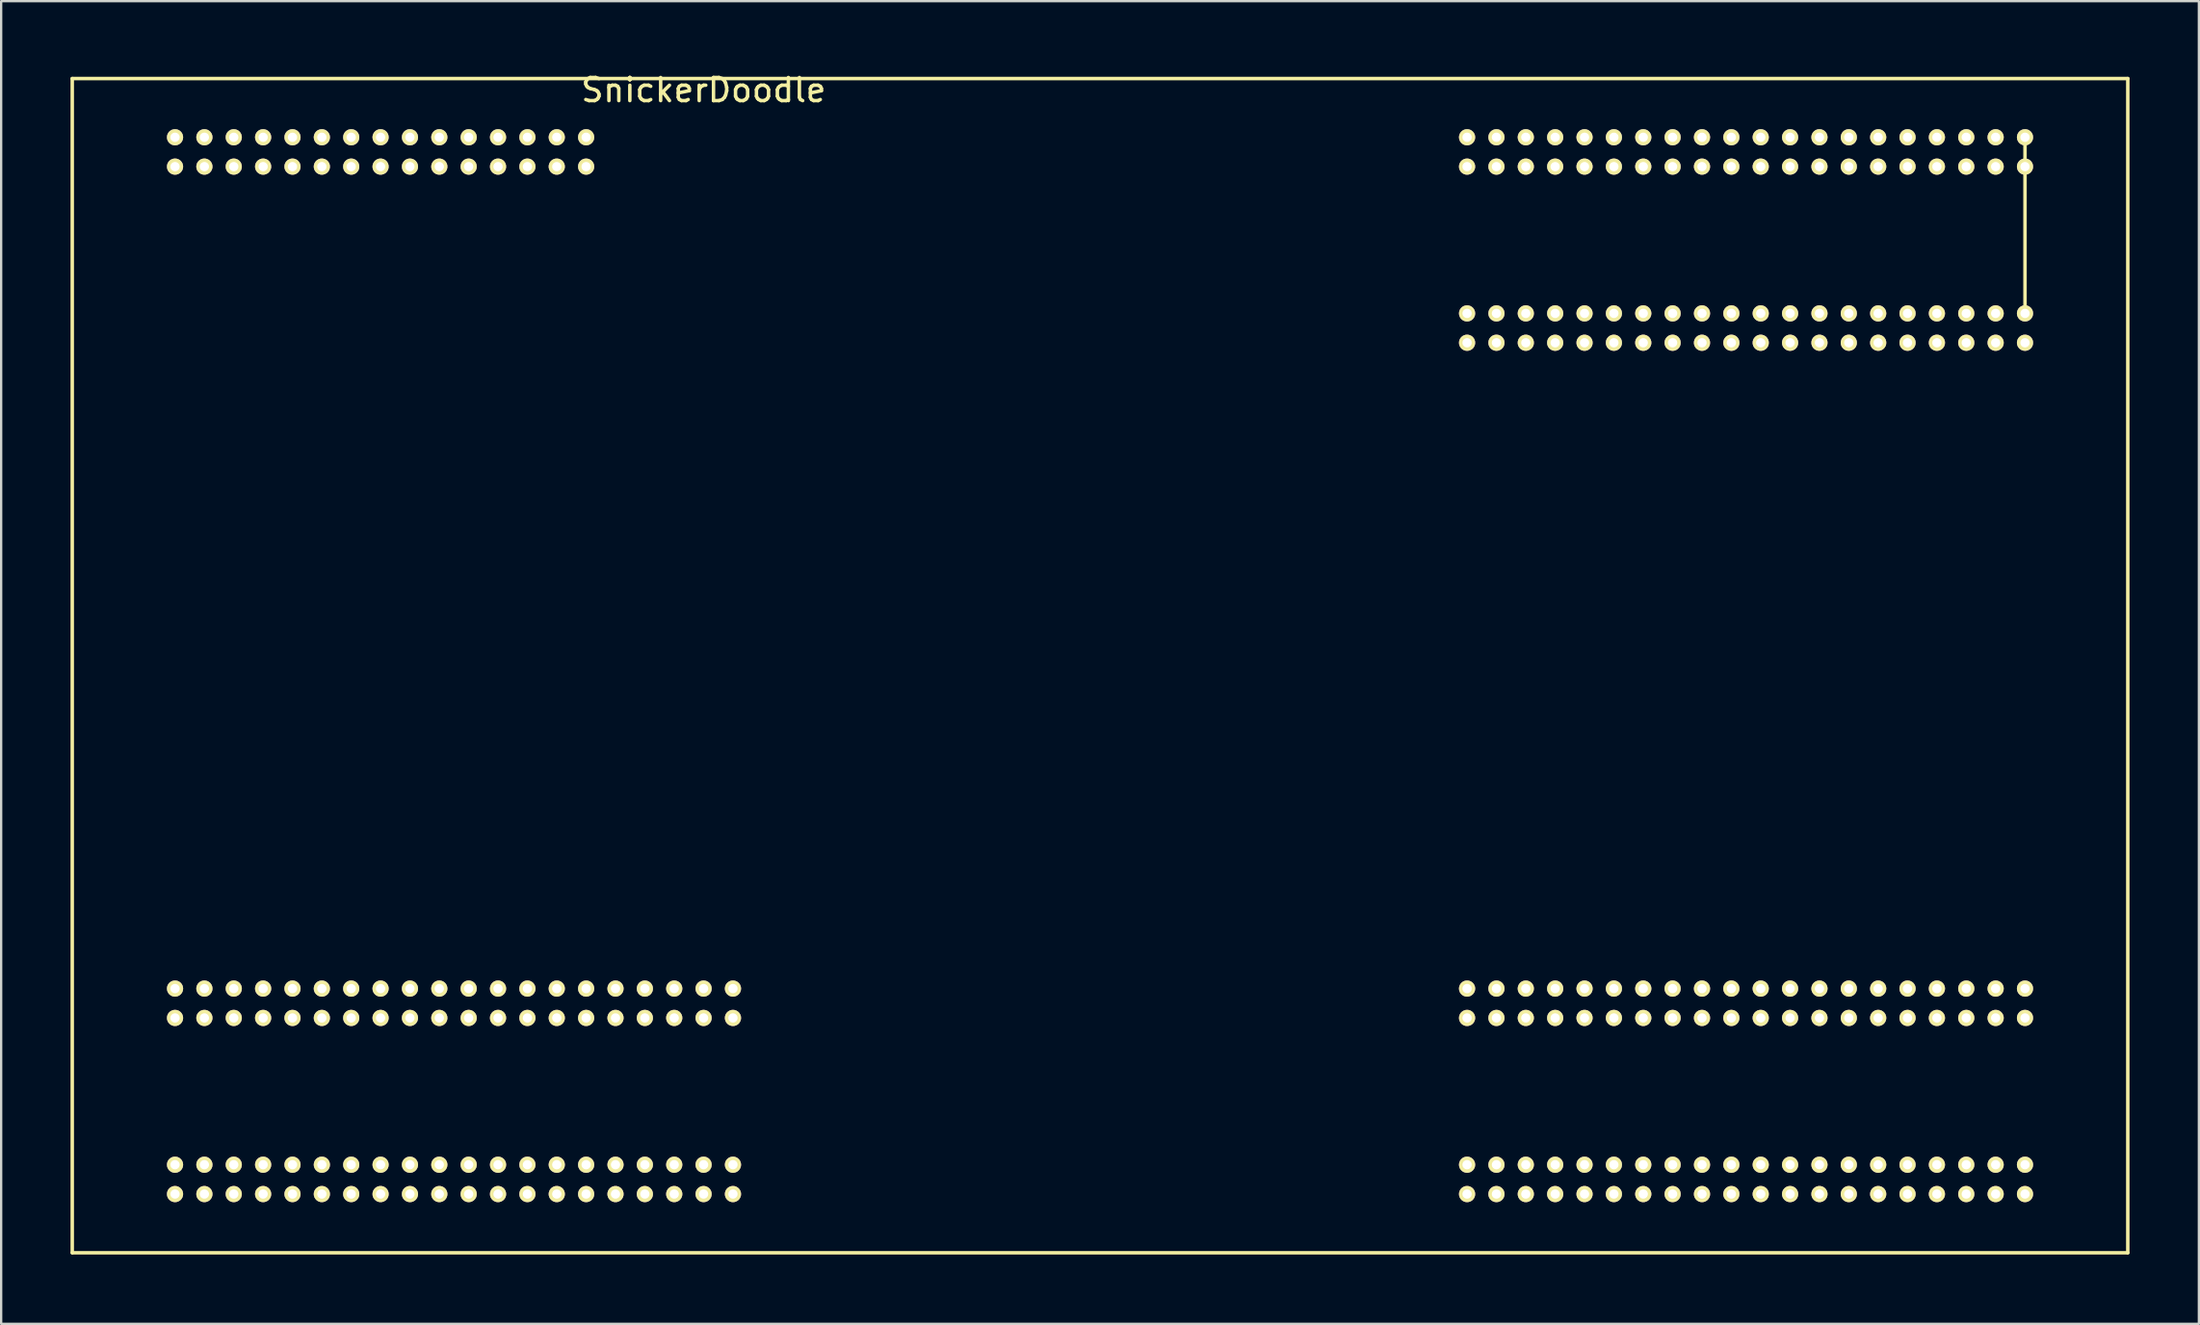
<source format=kicad_pcb>
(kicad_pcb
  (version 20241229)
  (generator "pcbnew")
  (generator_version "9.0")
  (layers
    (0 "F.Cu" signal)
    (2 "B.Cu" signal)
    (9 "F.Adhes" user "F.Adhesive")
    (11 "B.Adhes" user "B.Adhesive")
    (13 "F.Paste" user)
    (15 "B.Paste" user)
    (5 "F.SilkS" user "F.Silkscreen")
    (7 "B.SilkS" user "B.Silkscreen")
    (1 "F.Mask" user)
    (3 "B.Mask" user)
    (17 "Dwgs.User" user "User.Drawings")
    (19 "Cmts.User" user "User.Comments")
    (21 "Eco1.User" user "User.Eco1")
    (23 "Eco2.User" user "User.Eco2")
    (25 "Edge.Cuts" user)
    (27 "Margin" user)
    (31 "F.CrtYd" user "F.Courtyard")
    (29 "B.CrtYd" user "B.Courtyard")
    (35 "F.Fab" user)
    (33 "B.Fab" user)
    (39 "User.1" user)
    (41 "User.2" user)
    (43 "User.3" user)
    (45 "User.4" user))
  (footprint "SnickerDoodle"
    (layer "F.Cu")
    (at 44.525 27.018)
    (property "Reference" "SnickerDoodle" (at -17.145 -26.17 0) (layer "F.SilkS") (effects (font (size 1 1) (thickness 0.15))))
    (attr through_hole)
    (fp_line (start -44.45 -26.67) (end 44.45 -26.67) (stroke (width 0.15) (type solid)) (layer "F.SilkS"))
    (fp_line (start -44.45 24.13) (end -44.45 -26.67) (stroke (width 0.15) (type solid)) (layer "F.SilkS"))
    (fp_line (start 40.005 -24.13) (end 40.005 -16.51) (stroke (width 0.15) (type solid)) (layer "F.SilkS"))
    (fp_line (start 44.45 -26.67) (end 44.45 24.13) (stroke (width 0.15) (type solid)) (layer "F.SilkS"))
    (fp_line (start 44.45 24.13) (end -44.45 24.13) (stroke (width 0.15) (type solid)) (layer "F.SilkS"))
    (pad "A1" thru_hole circle (at -22.225 -24.13) (size 0.7 0.7) (drill 0.4) (layers "*.Cu" "*.Mask" "F.SilkS"))
    (pad "A2" thru_hole circle (at -22.225 -22.86) (size 0.7 0.7) (drill 0.4) (layers "*.Cu" "*.Mask" "F.SilkS"))
    (pad "A3" thru_hole circle (at -23.495 -24.13) (size 0.7 0.7) (drill 0.4) (layers "*.Cu" "*.Mask" "F.SilkS"))
    (pad "A4" thru_hole circle (at -23.495 -22.86) (size 0.7 0.7) (drill 0.4) (layers "*.Cu" "*.Mask" "F.SilkS"))
    (pad "A5" thru_hole circle (at -24.765 -24.13) (size 0.7 0.7) (drill 0.4) (layers "*.Cu" "*.Mask" "F.SilkS"))
    (pad "A6" thru_hole circle (at -24.765 -22.86) (size 0.7 0.7) (drill 0.4) (layers "*.Cu" "*.Mask" "F.SilkS"))
    (pad "A7" thru_hole circle (at -26.035 -24.13) (size 0.7 0.7) (drill 0.4) (layers "*.Cu" "*.Mask" "F.SilkS"))
    (pad "A8" thru_hole circle (at -26.035 -22.86) (size 0.7 0.7) (drill 0.4) (layers "*.Cu" "*.Mask" "F.SilkS"))
    (pad "A9" thru_hole circle (at -27.305 -24.13) (size 0.7 0.7) (drill 0.4) (layers "*.Cu" "*.Mask" "F.SilkS"))
    (pad "A10" thru_hole circle (at -27.305 -22.86) (size 0.7 0.7) (drill 0.4) (layers "*.Cu" "*.Mask" "F.SilkS"))
    (pad "A11" thru_hole circle (at -28.575 -24.13) (size 0.7 0.7) (drill 0.4) (layers "*.Cu" "*.Mask" "F.SilkS"))
    (pad "A12" thru_hole circle (at -28.575 -22.86) (size 0.7 0.7) (drill 0.4) (layers "*.Cu" "*.Mask" "F.SilkS"))
    (pad "A13" thru_hole circle (at -29.845 -24.13) (size 0.7 0.7) (drill 0.4) (layers "*.Cu" "*.Mask" "F.SilkS"))
    (pad "A14" thru_hole circle (at -29.845 -22.86) (size 0.7 0.7) (drill 0.4) (layers "*.Cu" "*.Mask" "F.SilkS"))
    (pad "A15" thru_hole circle (at -31.115 -24.13) (size 0.7 0.7) (drill 0.4) (layers "*.Cu" "*.Mask" "F.SilkS"))
    (pad "A16" thru_hole circle (at -31.115 -22.86) (size 0.7 0.7) (drill 0.4) (layers "*.Cu" "*.Mask" "F.SilkS"))
    (pad "A17" thru_hole circle (at -32.385 -24.13) (size 0.7 0.7) (drill 0.4) (layers "*.Cu" "*.Mask" "F.SilkS"))
    (pad "A18" thru_hole circle (at -32.385 -22.86) (size 0.7 0.7) (drill 0.4) (layers "*.Cu" "*.Mask" "F.SilkS"))
    (pad "A19" thru_hole circle (at -33.655 -24.13) (size 0.7 0.7) (drill 0.4) (layers "*.Cu" "*.Mask" "F.SilkS"))
    (pad "A20" thru_hole circle (at -33.655 -22.86) (size 0.7 0.7) (drill 0.4) (layers "*.Cu" "*.Mask" "F.SilkS"))
    (pad "A21" thru_hole circle (at -34.925 -24.13) (size 0.7 0.7) (drill 0.4) (layers "*.Cu" "*.Mask" "F.SilkS"))
    (pad "A22" thru_hole circle (at -34.925 -22.86) (size 0.7 0.7) (drill 0.4) (layers "*.Cu" "*.Mask" "F.SilkS"))
    (pad "A23" thru_hole circle (at -36.195 -24.13) (size 0.7 0.7) (drill 0.4) (layers "*.Cu" "*.Mask" "F.SilkS"))
    (pad "A24" thru_hole circle (at -36.195 -22.86) (size 0.7 0.7) (drill 0.4) (layers "*.Cu" "*.Mask" "F.SilkS"))
    (pad "A25" thru_hole circle (at -37.465 -24.13) (size 0.7 0.7) (drill 0.4) (layers "*.Cu" "*.Mask" "F.SilkS"))
    (pad "A26" thru_hole circle (at -37.465 -22.86) (size 0.7 0.7) (drill 0.4) (layers "*.Cu" "*.Mask" "F.SilkS"))
    (pad "A27" thru_hole circle (at -38.735 -24.13) (size 0.7 0.7) (drill 0.4) (layers "*.Cu" "*.Mask" "F.SilkS"))
    (pad "A28" thru_hole circle (at -38.735 -22.86) (size 0.7 0.7) (drill 0.4) (layers "*.Cu" "*.Mask" "F.SilkS"))
    (pad "A29" thru_hole circle (at -40.005 -24.13) (size 0.7 0.7) (drill 0.4) (layers "*.Cu" "*.Mask" "F.SilkS"))
    (pad "A30" thru_hole circle (at -40.005 -22.86) (size 0.7 0.7) (drill 0.4) (layers "*.Cu" "*.Mask" "F.SilkS"))
    (pad "B1" thru_hole circle (at 40.005 -24.13) (size 0.7 0.7) (drill 0.4) (layers "*.Cu" "*.Mask" "F.SilkS"))
    (pad "B2" thru_hole circle (at 40.005 -22.86) (size 0.7 0.7) (drill 0.4) (layers "*.Cu" "*.Mask" "F.SilkS"))
    (pad "B3" thru_hole circle (at 38.735 -24.13) (size 0.7 0.7) (drill 0.4) (layers "*.Cu" "*.Mask" "F.SilkS"))
    (pad "B4" thru_hole circle (at 38.735 -22.86) (size 0.7 0.7) (drill 0.4) (layers "*.Cu" "*.Mask" "F.SilkS"))
    (pad "B5" thru_hole circle (at 37.465 -24.13) (size 0.7 0.7) (drill 0.4) (layers "*.Cu" "*.Mask" "F.SilkS"))
    (pad "B6" thru_hole circle (at 37.465 -22.86) (size 0.7 0.7) (drill 0.4) (layers "*.Cu" "*.Mask" "F.SilkS"))
    (pad "B7" thru_hole circle (at 36.195 -24.13) (size 0.7 0.7) (drill 0.4) (layers "*.Cu" "*.Mask" "F.SilkS"))
    (pad "B8" thru_hole circle (at 36.195 -22.86) (size 0.7 0.7) (drill 0.4) (layers "*.Cu" "*.Mask" "F.SilkS"))
    (pad "B9" thru_hole circle (at 34.925 -24.13) (size 0.7 0.7) (drill 0.4) (layers "*.Cu" "*.Mask" "F.SilkS"))
    (pad "B10" thru_hole circle (at 34.925 -22.86) (size 0.7 0.7) (drill 0.4) (layers "*.Cu" "*.Mask" "F.SilkS"))
    (pad "B11" thru_hole circle (at 33.655 -24.13) (size 0.7 0.7) (drill 0.4) (layers "*.Cu" "*.Mask" "F.SilkS"))
    (pad "B12" thru_hole circle (at 33.655 -22.86) (size 0.7 0.7) (drill 0.4) (layers "*.Cu" "*.Mask" "F.SilkS"))
    (pad "B13" thru_hole circle (at 32.385 -24.13) (size 0.7 0.7) (drill 0.4) (layers "*.Cu" "*.Mask" "F.SilkS"))
    (pad "B14" thru_hole circle (at 32.385 -22.86) (size 0.7 0.7) (drill 0.4) (layers "*.Cu" "*.Mask" "F.SilkS"))
    (pad "B15" thru_hole circle (at 31.115 -24.13) (size 0.7 0.7) (drill 0.4) (layers "*.Cu" "*.Mask" "F.SilkS"))
    (pad "B16" thru_hole circle (at 31.115 -22.86) (size 0.7 0.7) (drill 0.4) (layers "*.Cu" "*.Mask" "F.SilkS"))
    (pad "B17" thru_hole circle (at 29.845 -24.13) (size 0.7 0.7) (drill 0.4) (layers "*.Cu" "*.Mask" "F.SilkS"))
    (pad "B18" thru_hole circle (at 29.845 -22.86) (size 0.7 0.7) (drill 0.4) (layers "*.Cu" "*.Mask" "F.SilkS"))
    (pad "B19" thru_hole circle (at 28.575 -24.13) (size 0.7 0.7) (drill 0.4) (layers "*.Cu" "*.Mask" "F.SilkS"))
    (pad "B20" thru_hole circle (at 28.575 -22.86) (size 0.7 0.7) (drill 0.4) (layers "*.Cu" "*.Mask" "F.SilkS"))
    (pad "B21" thru_hole circle (at 27.305 -24.13) (size 0.7 0.7) (drill 0.4) (layers "*.Cu" "*.Mask" "F.SilkS"))
    (pad "B22" thru_hole circle (at 27.305 -22.86) (size 0.7 0.7) (drill 0.4) (layers "*.Cu" "*.Mask" "F.SilkS"))
    (pad "B23" thru_hole circle (at 26.035 -24.13) (size 0.7 0.7) (drill 0.4) (layers "*.Cu" "*.Mask" "F.SilkS"))
    (pad "B24" thru_hole circle (at 26.035 -22.86) (size 0.7 0.7) (drill 0.4) (layers "*.Cu" "*.Mask" "F.SilkS"))
    (pad "B25" thru_hole circle (at 24.765 -24.13) (size 0.7 0.7) (drill 0.4) (layers "*.Cu" "*.Mask" "F.SilkS"))
    (pad "B26" thru_hole circle (at 24.765 -22.86) (size 0.7 0.7) (drill 0.4) (layers "*.Cu" "*.Mask" "F.SilkS"))
    (pad "B27" thru_hole circle (at 23.495 -24.13) (size 0.7 0.7) (drill 0.4) (layers "*.Cu" "*.Mask" "F.SilkS"))
    (pad "B28" thru_hole circle (at 23.495 -22.86) (size 0.7 0.7) (drill 0.4) (layers "*.Cu" "*.Mask" "F.SilkS"))
    (pad "B29" thru_hole circle (at 22.225 -24.13) (size 0.7 0.7) (drill 0.4) (layers "*.Cu" "*.Mask" "F.SilkS"))
    (pad "B30" thru_hole circle (at 22.225 -22.86) (size 0.7 0.7) (drill 0.4) (layers "*.Cu" "*.Mask" "F.SilkS"))
    (pad "B31" thru_hole circle (at 20.955 -24.13) (size 0.7 0.7) (drill 0.4) (layers "*.Cu" "*.Mask" "F.SilkS"))
    (pad "B32" thru_hole circle (at 20.955 -22.86) (size 0.7 0.7) (drill 0.4) (layers "*.Cu" "*.Mask" "F.SilkS"))
    (pad "B33" thru_hole circle (at 19.685 -24.13) (size 0.7 0.7) (drill 0.4) (layers "*.Cu" "*.Mask" "F.SilkS"))
    (pad "B34" thru_hole circle (at 19.685 -22.86) (size 0.7 0.7) (drill 0.4) (layers "*.Cu" "*.Mask" "F.SilkS"))
    (pad "B35" thru_hole circle (at 18.415 -24.13) (size 0.7 0.7) (drill 0.4) (layers "*.Cu" "*.Mask" "F.SilkS"))
    (pad "B36" thru_hole circle (at 18.415 -22.86) (size 0.7 0.7) (drill 0.4) (layers "*.Cu" "*.Mask" "F.SilkS"))
    (pad "B37" thru_hole circle (at 17.145 -24.13) (size 0.7 0.7) (drill 0.4) (layers "*.Cu" "*.Mask" "F.SilkS"))
    (pad "B38" thru_hole circle (at 17.145 -22.86) (size 0.7 0.7) (drill 0.4) (layers "*.Cu" "*.Mask" "F.SilkS"))
    (pad "B39" thru_hole circle (at 15.875 -24.13) (size 0.7 0.7) (drill 0.4) (layers "*.Cu" "*.Mask" "F.SilkS"))
    (pad "B40" thru_hole circle (at 15.875 -22.86) (size 0.7 0.7) (drill 0.4) (layers "*.Cu" "*.Mask" "F.SilkS"))
    (pad "C1" thru_hole circle (at 15.875 21.59) (size 0.7 0.7) (drill 0.4) (layers "*.Cu" "*.Mask" "F.SilkS"))
    (pad "C2" thru_hole circle (at 15.875 20.32) (size 0.7 0.7) (drill 0.4) (layers "*.Cu" "*.Mask" "F.SilkS"))
    (pad "C3" thru_hole circle (at 17.145 21.59) (size 0.7 0.7) (drill 0.4) (layers "*.Cu" "*.Mask" "F.SilkS"))
    (pad "C4" thru_hole circle (at 17.145 20.32) (size 0.7 0.7) (drill 0.4) (layers "*.Cu" "*.Mask" "F.SilkS"))
    (pad "C5" thru_hole circle (at 18.415 21.59) (size 0.7 0.7) (drill 0.4) (layers "*.Cu" "*.Mask" "F.SilkS"))
    (pad "C6" thru_hole circle (at 18.415 20.32) (size 0.7 0.7) (drill 0.4) (layers "*.Cu" "*.Mask" "F.SilkS"))
    (pad "C7" thru_hole circle (at 19.685 21.59) (size 0.7 0.7) (drill 0.4) (layers "*.Cu" "*.Mask" "F.SilkS"))
    (pad "C8" thru_hole circle (at 19.685 20.32) (size 0.7 0.7) (drill 0.4) (layers "*.Cu" "*.Mask" "F.SilkS"))
    (pad "C9" thru_hole circle (at 20.955 21.59) (size 0.7 0.7) (drill 0.4) (layers "*.Cu" "*.Mask" "F.SilkS"))
    (pad "C10" thru_hole circle (at 20.955 20.32) (size 0.7 0.7) (drill 0.4) (layers "*.Cu" "*.Mask" "F.SilkS"))
    (pad "C11" thru_hole circle (at 22.225 21.59) (size 0.7 0.7) (drill 0.4) (layers "*.Cu" "*.Mask" "F.SilkS"))
    (pad "C12" thru_hole circle (at 22.225 20.32) (size 0.7 0.7) (drill 0.4) (layers "*.Cu" "*.Mask" "F.SilkS"))
    (pad "C13" thru_hole circle (at 23.495 21.59) (size 0.7 0.7) (drill 0.4) (layers "*.Cu" "*.Mask" "F.SilkS"))
    (pad "C14" thru_hole circle (at 23.495 20.32) (size 0.7 0.7) (drill 0.4) (layers "*.Cu" "*.Mask" "F.SilkS"))
    (pad "C15" thru_hole circle (at 24.765 21.59) (size 0.7 0.7) (drill 0.4) (layers "*.Cu" "*.Mask" "F.SilkS"))
    (pad "C16" thru_hole circle (at 24.765 20.32) (size 0.7 0.7) (drill 0.4) (layers "*.Cu" "*.Mask" "F.SilkS"))
    (pad "C17" thru_hole circle (at 26.035 21.59) (size 0.7 0.7) (drill 0.4) (layers "*.Cu" "*.Mask" "F.SilkS"))
    (pad "C18" thru_hole circle (at 26.035 20.32) (size 0.7 0.7) (drill 0.4) (layers "*.Cu" "*.Mask" "F.SilkS"))
    (pad "C19" thru_hole circle (at 27.305 21.59) (size 0.7 0.7) (drill 0.4) (layers "*.Cu" "*.Mask" "F.SilkS"))
    (pad "C20" thru_hole circle (at 27.305 20.32) (size 0.7 0.7) (drill 0.4) (layers "*.Cu" "*.Mask" "F.SilkS"))
    (pad "C21" thru_hole circle (at 28.575 21.59) (size 0.7 0.7) (drill 0.4) (layers "*.Cu" "*.Mask" "F.SilkS"))
    (pad "C22" thru_hole circle (at 28.575 20.32) (size 0.7 0.7) (drill 0.4) (layers "*.Cu" "*.Mask" "F.SilkS"))
    (pad "C23" thru_hole circle (at 29.845 21.59) (size 0.7 0.7) (drill 0.4) (layers "*.Cu" "*.Mask" "F.SilkS"))
    (pad "C24" thru_hole circle (at 29.845 20.32) (size 0.7 0.7) (drill 0.4) (layers "*.Cu" "*.Mask" "F.SilkS"))
    (pad "C25" thru_hole circle (at 31.115 21.59) (size 0.7 0.7) (drill 0.4) (layers "*.Cu" "*.Mask" "F.SilkS"))
    (pad "C26" thru_hole circle (at 31.115 20.32) (size 0.7 0.7) (drill 0.4) (layers "*.Cu" "*.Mask" "F.SilkS"))
    (pad "C27" thru_hole circle (at 32.385 21.59) (size 0.7 0.7) (drill 0.4) (layers "*.Cu" "*.Mask" "F.SilkS"))
    (pad "C28" thru_hole circle (at 32.385 20.32) (size 0.7 0.7) (drill 0.4) (layers "*.Cu" "*.Mask" "F.SilkS"))
    (pad "C29" thru_hole circle (at 33.655 21.59) (size 0.7 0.7) (drill 0.4) (layers "*.Cu" "*.Mask" "F.SilkS"))
    (pad "C30" thru_hole circle (at 33.655 20.32) (size 0.7 0.7) (drill 0.4) (layers "*.Cu" "*.Mask" "F.SilkS"))
    (pad "C31" thru_hole circle (at 34.925 21.59) (size 0.7 0.7) (drill 0.4) (layers "*.Cu" "*.Mask" "F.SilkS"))
    (pad "C32" thru_hole circle (at 34.925 20.32) (size 0.7 0.7) (drill 0.4) (layers "*.Cu" "*.Mask" "F.SilkS"))
    (pad "C33" thru_hole circle (at 36.195 21.59) (size 0.7 0.7) (drill 0.4) (layers "*.Cu" "*.Mask" "F.SilkS"))
    (pad "C34" thru_hole circle (at 36.195 20.32) (size 0.7 0.7) (drill 0.4) (layers "*.Cu" "*.Mask" "F.SilkS"))
    (pad "C35" thru_hole circle (at 37.465 21.59) (size 0.7 0.7) (drill 0.4) (layers "*.Cu" "*.Mask" "F.SilkS"))
    (pad "C36" thru_hole circle (at 37.465 20.32) (size 0.7 0.7) (drill 0.4) (layers "*.Cu" "*.Mask" "F.SilkS"))
    (pad "C37" thru_hole circle (at 38.735 21.59) (size 0.7 0.7) (drill 0.4) (layers "*.Cu" "*.Mask" "F.SilkS"))
    (pad "C38" thru_hole circle (at 38.735 20.32) (size 0.7 0.7) (drill 0.4) (layers "*.Cu" "*.Mask" "F.SilkS"))
    (pad "C39" thru_hole circle (at 40.005 21.59) (size 0.7 0.7) (drill 0.4) (layers "*.Cu" "*.Mask" "F.SilkS"))
    (pad "C40" thru_hole circle (at 40.005 20.32) (size 0.7 0.7) (drill 0.4) (layers "*.Cu" "*.Mask" "F.SilkS"))
    (pad "D1" thru_hole circle (at 15.875 12.7) (size 0.7 0.7) (drill 0.4) (layers "*.Cu" "*.Mask" "F.SilkS"))
    (pad "D2" thru_hole circle (at 15.875 13.97) (size 0.7 0.7) (drill 0.4) (layers "*.Cu" "*.Mask" "F.SilkS"))
    (pad "D3" thru_hole circle (at 17.145 13.97) (size 0.7 0.7) (drill 0.4) (layers "*.Cu" "*.Mask" "F.SilkS"))
    (pad "D4" thru_hole circle (at 17.145 12.7) (size 0.7 0.7) (drill 0.4) (layers "*.Cu" "*.Mask" "F.SilkS"))
    (pad "D5" thru_hole circle (at 18.415 13.97) (size 0.7 0.7) (drill 0.4) (layers "*.Cu" "*.Mask" "F.SilkS"))
    (pad "D6" thru_hole circle (at 18.415 12.7) (size 0.7 0.7) (drill 0.4) (layers "*.Cu" "*.Mask" "F.SilkS"))
    (pad "D7" thru_hole circle (at 19.685 13.97) (size 0.7 0.7) (drill 0.4) (layers "*.Cu" "*.Mask" "F.SilkS"))
    (pad "D8" thru_hole circle (at 19.685 12.7) (size 0.7 0.7) (drill 0.4) (layers "*.Cu" "*.Mask" "F.SilkS"))
    (pad "D9" thru_hole circle (at 20.955 13.97) (size 0.7 0.7) (drill 0.4) (layers "*.Cu" "*.Mask" "F.SilkS"))
    (pad "D10" thru_hole circle (at 20.955 12.7) (size 0.7 0.7) (drill 0.4) (layers "*.Cu" "*.Mask" "F.SilkS"))
    (pad "D11" thru_hole circle (at 22.225 13.97) (size 0.7 0.7) (drill 0.4) (layers "*.Cu" "*.Mask" "F.SilkS"))
    (pad "D12" thru_hole circle (at 22.225 12.7) (size 0.7 0.7) (drill 0.4) (layers "*.Cu" "*.Mask" "F.SilkS"))
    (pad "D13" thru_hole circle (at 23.495 13.97) (size 0.7 0.7) (drill 0.4) (layers "*.Cu" "*.Mask" "F.SilkS"))
    (pad "D14" thru_hole circle (at 23.495 12.7) (size 0.7 0.7) (drill 0.4) (layers "*.Cu" "*.Mask" "F.SilkS"))
    (pad "D15" thru_hole circle (at 24.765 13.97) (size 0.7 0.7) (drill 0.4) (layers "*.Cu" "*.Mask" "F.SilkS"))
    (pad "D16" thru_hole circle (at 24.765 12.7) (size 0.7 0.7) (drill 0.4) (layers "*.Cu" "*.Mask" "F.SilkS"))
    (pad "D17" thru_hole circle (at 26.035 13.97) (size 0.7 0.7) (drill 0.4) (layers "*.Cu" "*.Mask" "F.SilkS"))
    (pad "D18" thru_hole circle (at 26.035 12.7) (size 0.7 0.7) (drill 0.4) (layers "*.Cu" "*.Mask" "F.SilkS"))
    (pad "D19" thru_hole circle (at 27.305 13.97) (size 0.7 0.7) (drill 0.4) (layers "*.Cu" "*.Mask" "F.SilkS"))
    (pad "D20" thru_hole circle (at 27.305 12.7) (size 0.7 0.7) (drill 0.4) (layers "*.Cu" "*.Mask" "F.SilkS"))
    (pad "D21" thru_hole circle (at 28.575 13.97) (size 0.7 0.7) (drill 0.4) (layers "*.Cu" "*.Mask" "F.SilkS"))
    (pad "D22" thru_hole circle (at 28.575 12.7) (size 0.7 0.7) (drill 0.4) (layers "*.Cu" "*.Mask" "F.SilkS"))
    (pad "D23" thru_hole circle (at 29.845 13.97) (size 0.7 0.7) (drill 0.4) (layers "*.Cu" "*.Mask" "F.SilkS"))
    (pad "D24" thru_hole circle (at 29.845 12.7) (size 0.7 0.7) (drill 0.4) (layers "*.Cu" "*.Mask" "F.SilkS"))
    (pad "D25" thru_hole circle (at 31.115 13.97) (size 0.7 0.7) (drill 0.4) (layers "*.Cu" "*.Mask" "F.SilkS"))
    (pad "D26" thru_hole circle (at 31.115 12.7) (size 0.7 0.7) (drill 0.4) (layers "*.Cu" "*.Mask" "F.SilkS"))
    (pad "D27" thru_hole circle (at 32.385 13.97) (size 0.7 0.7) (drill 0.4) (layers "*.Cu" "*.Mask" "F.SilkS"))
    (pad "D28" thru_hole circle (at 32.385 12.7) (size 0.7 0.7) (drill 0.4) (layers "*.Cu" "*.Mask" "F.SilkS"))
    (pad "D29" thru_hole circle (at 33.655 13.97) (size 0.7 0.7) (drill 0.4) (layers "*.Cu" "*.Mask" "F.SilkS"))
    (pad "D30" thru_hole circle (at 33.655 12.7) (size 0.7 0.7) (drill 0.4) (layers "*.Cu" "*.Mask" "F.SilkS"))
    (pad "D31" thru_hole circle (at 34.925 13.97) (size 0.7 0.7) (drill 0.4) (layers "*.Cu" "*.Mask" "F.SilkS"))
    (pad "D32" thru_hole circle (at 34.925 12.7) (size 0.7 0.7) (drill 0.4) (layers "*.Cu" "*.Mask" "F.SilkS"))
    (pad "D33" thru_hole circle (at 36.195 13.97) (size 0.7 0.7) (drill 0.4) (layers "*.Cu" "*.Mask" "F.SilkS"))
    (pad "D34" thru_hole circle (at 36.195 12.7) (size 0.7 0.7) (drill 0.4) (layers "*.Cu" "*.Mask" "F.SilkS"))
    (pad "D35" thru_hole circle (at 37.465 13.97) (size 0.7 0.7) (drill 0.4) (layers "*.Cu" "*.Mask" "F.SilkS"))
    (pad "D36" thru_hole circle (at 37.465 12.7) (size 0.7 0.7) (drill 0.4) (layers "*.Cu" "*.Mask" "F.SilkS"))
    (pad "D37" thru_hole circle (at 38.735 13.97) (size 0.7 0.7) (drill 0.4) (layers "*.Cu" "*.Mask" "F.SilkS"))
    (pad "D38" thru_hole circle (at 38.735 12.7) (size 0.7 0.7) (drill 0.4) (layers "*.Cu" "*.Mask" "F.SilkS"))
    (pad "D39" thru_hole circle (at 40.005 13.97) (size 0.7 0.7) (drill 0.4) (layers "*.Cu" "*.Mask" "F.SilkS"))
    (pad "D40" thru_hole circle (at 40.005 12.7) (size 0.7 0.7) (drill 0.4) (layers "*.Cu" "*.Mask" "F.SilkS"))
    (pad "E1" thru_hole circle (at -40.005 21.59) (size 0.7 0.7) (drill 0.4) (layers "*.Cu" "*.Mask" "F.SilkS"))
    (pad "E2" thru_hole circle (at -40.005 20.32) (size 0.7 0.7) (drill 0.4) (layers "*.Cu" "*.Mask" "F.SilkS"))
    (pad "E3" thru_hole circle (at -38.735 21.59) (size 0.7 0.7) (drill 0.4) (layers "*.Cu" "*.Mask" "F.SilkS"))
    (pad "E4" thru_hole circle (at -38.735 20.32) (size 0.7 0.7) (drill 0.4) (layers "*.Cu" "*.Mask" "F.SilkS"))
    (pad "E5" thru_hole circle (at -37.465 21.59) (size 0.7 0.7) (drill 0.4) (layers "*.Cu" "*.Mask" "F.SilkS"))
    (pad "E6" thru_hole circle (at -37.465 20.32) (size 0.7 0.7) (drill 0.4) (layers "*.Cu" "*.Mask" "F.SilkS"))
    (pad "E7" thru_hole circle (at -36.195 21.59) (size 0.7 0.7) (drill 0.4) (layers "*.Cu" "*.Mask" "F.SilkS"))
    (pad "E8" thru_hole circle (at -36.195 20.32) (size 0.7 0.7) (drill 0.4) (layers "*.Cu" "*.Mask" "F.SilkS"))
    (pad "E9" thru_hole circle (at -34.925 21.59) (size 0.7 0.7) (drill 0.4) (layers "*.Cu" "*.Mask" "F.SilkS"))
    (pad "E10" thru_hole circle (at -34.925 20.32) (size 0.7 0.7) (drill 0.4) (layers "*.Cu" "*.Mask" "F.SilkS"))
    (pad "E11" thru_hole circle (at -33.655 21.59) (size 0.7 0.7) (drill 0.4) (layers "*.Cu" "*.Mask" "F.SilkS"))
    (pad "E12" thru_hole circle (at -33.655 20.32) (size 0.7 0.7) (drill 0.4) (layers "*.Cu" "*.Mask" "F.SilkS"))
    (pad "E13" thru_hole circle (at -32.385 21.59) (size 0.7 0.7) (drill 0.4) (layers "*.Cu" "*.Mask" "F.SilkS"))
    (pad "E14" thru_hole circle (at -32.385 20.32) (size 0.7 0.7) (drill 0.4) (layers "*.Cu" "*.Mask" "F.SilkS"))
    (pad "E15" thru_hole circle (at -31.115 21.59) (size 0.7 0.7) (drill 0.4) (layers "*.Cu" "*.Mask" "F.SilkS"))
    (pad "E16" thru_hole circle (at -31.115 20.32) (size 0.7 0.7) (drill 0.4) (layers "*.Cu" "*.Mask" "F.SilkS"))
    (pad "E17" thru_hole circle (at -29.845 21.59) (size 0.7 0.7) (drill 0.4) (layers "*.Cu" "*.Mask" "F.SilkS"))
    (pad "E18" thru_hole circle (at -29.845 20.32) (size 0.7 0.7) (drill 0.4) (layers "*.Cu" "*.Mask" "F.SilkS"))
    (pad "E19" thru_hole circle (at -28.575 21.59) (size 0.7 0.7) (drill 0.4) (layers "*.Cu" "*.Mask" "F.SilkS"))
    (pad "E20" thru_hole circle (at -28.575 20.32) (size 0.7 0.7) (drill 0.4) (layers "*.Cu" "*.Mask" "F.SilkS"))
    (pad "E21" thru_hole circle (at -27.305 21.59) (size 0.7 0.7) (drill 0.4) (layers "*.Cu" "*.Mask" "F.SilkS"))
    (pad "E22" thru_hole circle (at -27.305 20.32) (size 0.7 0.7) (drill 0.4) (layers "*.Cu" "*.Mask" "F.SilkS"))
    (pad "E23" thru_hole circle (at -26.035 21.59) (size 0.7 0.7) (drill 0.4) (layers "*.Cu" "*.Mask" "F.SilkS"))
    (pad "E24" thru_hole circle (at -26.035 20.32) (size 0.7 0.7) (drill 0.4) (layers "*.Cu" "*.Mask" "F.SilkS"))
    (pad "E25" thru_hole circle (at -24.765 21.59) (size 0.7 0.7) (drill 0.4) (layers "*.Cu" "*.Mask" "F.SilkS"))
    (pad "E26" thru_hole circle (at -24.765 20.32) (size 0.7 0.7) (drill 0.4) (layers "*.Cu" "*.Mask" "F.SilkS"))
    (pad "E27" thru_hole circle (at -23.495 21.59) (size 0.7 0.7) (drill 0.4) (layers "*.Cu" "*.Mask" "F.SilkS"))
    (pad "E28" thru_hole circle (at -23.495 20.32) (size 0.7 0.7) (drill 0.4) (layers "*.Cu" "*.Mask" "F.SilkS"))
    (pad "E29" thru_hole circle (at -22.225 21.59) (size 0.7 0.7) (drill 0.4) (layers "*.Cu" "*.Mask" "F.SilkS"))
    (pad "E30" thru_hole circle (at -22.225 20.32) (size 0.7 0.7) (drill 0.4) (layers "*.Cu" "*.Mask" "F.SilkS"))
    (pad "E31" thru_hole circle (at -20.955 21.59) (size 0.7 0.7) (drill 0.4) (layers "*.Cu" "*.Mask" "F.SilkS"))
    (pad "E32" thru_hole circle (at -20.955 20.32) (size 0.7 0.7) (drill 0.4) (layers "*.Cu" "*.Mask" "F.SilkS"))
    (pad "E33" thru_hole circle (at -19.685 21.59) (size 0.7 0.7) (drill 0.4) (layers "*.Cu" "*.Mask" "F.SilkS"))
    (pad "E34" thru_hole circle (at -19.685 20.32) (size 0.7 0.7) (drill 0.4) (layers "*.Cu" "*.Mask" "F.SilkS"))
    (pad "E35" thru_hole circle (at -18.415 21.59) (size 0.7 0.7) (drill 0.4) (layers "*.Cu" "*.Mask" "F.SilkS"))
    (pad "E36" thru_hole circle (at -18.415 20.32) (size 0.7 0.7) (drill 0.4) (layers "*.Cu" "*.Mask" "F.SilkS"))
    (pad "E37" thru_hole circle (at -17.145 21.59) (size 0.7 0.7) (drill 0.4) (layers "*.Cu" "*.Mask" "F.SilkS"))
    (pad "E38" thru_hole circle (at -17.145 20.32) (size 0.7 0.7) (drill 0.4) (layers "*.Cu" "*.Mask" "F.SilkS"))
    (pad "E39" thru_hole circle (at -15.875 21.59) (size 0.7 0.7) (drill 0.4) (layers "*.Cu" "*.Mask" "F.SilkS"))
    (pad "E40" thru_hole circle (at -15.875 20.32) (size 0.7 0.7) (drill 0.4) (layers "*.Cu" "*.Mask" "F.SilkS"))
    (pad "F1" thru_hole circle (at -40.005 13.97) (size 0.7 0.7) (drill 0.4) (layers "*.Cu" "*.Mask" "F.SilkS"))
    (pad "F2" thru_hole circle (at -40.005 12.7) (size 0.7 0.7) (drill 0.4) (layers "*.Cu" "*.Mask" "F.SilkS"))
    (pad "F3" thru_hole circle (at -38.735 13.97) (size 0.7 0.7) (drill 0.4) (layers "*.Cu" "*.Mask" "F.SilkS"))
    (pad "F4" thru_hole circle (at -38.735 12.7) (size 0.7 0.7) (drill 0.4) (layers "*.Cu" "*.Mask" "F.SilkS"))
    (pad "F5" thru_hole circle (at -37.465 13.97) (size 0.7 0.7) (drill 0.4) (layers "*.Cu" "*.Mask" "F.SilkS"))
    (pad "F6" thru_hole circle (at -37.465 12.7) (size 0.7 0.7) (drill 0.4) (layers "*.Cu" "*.Mask" "F.SilkS"))
    (pad "F7" thru_hole circle (at -36.195 13.97) (size 0.7 0.7) (drill 0.4) (layers "*.Cu" "*.Mask" "F.SilkS"))
    (pad "F8" thru_hole circle (at -36.195 12.7) (size 0.7 0.7) (drill 0.4) (layers "*.Cu" "*.Mask" "F.SilkS"))
    (pad "F9" thru_hole circle (at -34.925 13.97) (size 0.7 0.7) (drill 0.4) (layers "*.Cu" "*.Mask" "F.SilkS"))
    (pad "F10" thru_hole circle (at -34.925 12.7) (size 0.7 0.7) (drill 0.4) (layers "*.Cu" "*.Mask" "F.SilkS"))
    (pad "F11" thru_hole circle (at -33.655 13.97) (size 0.7 0.7) (drill 0.4) (layers "*.Cu" "*.Mask" "F.SilkS"))
    (pad "F12" thru_hole circle (at -33.655 12.7) (size 0.7 0.7) (drill 0.4) (layers "*.Cu" "*.Mask" "F.SilkS"))
    (pad "F13" thru_hole circle (at -32.385 13.97) (size 0.7 0.7) (drill 0.4) (layers "*.Cu" "*.Mask" "F.SilkS"))
    (pad "F14" thru_hole circle (at -32.385 12.7) (size 0.7 0.7) (drill 0.4) (layers "*.Cu" "*.Mask" "F.SilkS"))
    (pad "F15" thru_hole circle (at -31.115 13.97) (size 0.7 0.7) (drill 0.4) (layers "*.Cu" "*.Mask" "F.SilkS"))
    (pad "F16" thru_hole circle (at -31.115 12.7) (size 0.7 0.7) (drill 0.4) (layers "*.Cu" "*.Mask" "F.SilkS"))
    (pad "F17" thru_hole circle (at -29.845 13.97) (size 0.7 0.7) (drill 0.4) (layers "*.Cu" "*.Mask" "F.SilkS"))
    (pad "F18" thru_hole circle (at -29.845 12.7) (size 0.7 0.7) (drill 0.4) (layers "*.Cu" "*.Mask" "F.SilkS"))
    (pad "F19" thru_hole circle (at -28.575 13.97) (size 0.7 0.7) (drill 0.4) (layers "*.Cu" "*.Mask" "F.SilkS"))
    (pad "F20" thru_hole circle (at -28.575 12.7) (size 0.7 0.7) (drill 0.4) (layers "*.Cu" "*.Mask" "F.SilkS"))
    (pad "F21" thru_hole circle (at -27.305 13.97) (size 0.7 0.7) (drill 0.4) (layers "*.Cu" "*.Mask" "F.SilkS"))
    (pad "F22" thru_hole circle (at -27.305 12.7) (size 0.7 0.7) (drill 0.4) (layers "*.Cu" "*.Mask" "F.SilkS"))
    (pad "F23" thru_hole circle (at -26.035 13.97) (size 0.7 0.7) (drill 0.4) (layers "*.Cu" "*.Mask" "F.SilkS"))
    (pad "F24" thru_hole circle (at -26.035 12.7) (size 0.7 0.7) (drill 0.4) (layers "*.Cu" "*.Mask" "F.SilkS"))
    (pad "F25" thru_hole circle (at -24.765 13.97) (size 0.7 0.7) (drill 0.4) (layers "*.Cu" "*.Mask" "F.SilkS"))
    (pad "F26" thru_hole circle (at -24.765 12.7) (size 0.7 0.7) (drill 0.4) (layers "*.Cu" "*.Mask" "F.SilkS"))
    (pad "F27" thru_hole circle (at -23.495 13.97) (size 0.7 0.7) (drill 0.4) (layers "*.Cu" "*.Mask" "F.SilkS"))
    (pad "F28" thru_hole circle (at -23.495 12.7) (size 0.7 0.7) (drill 0.4) (layers "*.Cu" "*.Mask" "F.SilkS"))
    (pad "F29" thru_hole circle (at -22.225 13.97) (size 0.7 0.7) (drill 0.4) (layers "*.Cu" "*.Mask" "F.SilkS"))
    (pad "F30" thru_hole circle (at -22.225 12.7) (size 0.7 0.7) (drill 0.4) (layers "*.Cu" "*.Mask" "F.SilkS"))
    (pad "F31" thru_hole circle (at -20.955 13.97) (size 0.7 0.7) (drill 0.4) (layers "*.Cu" "*.Mask" "F.SilkS"))
    (pad "F32" thru_hole circle (at -20.955 12.7) (size 0.7 0.7) (drill 0.4) (layers "*.Cu" "*.Mask" "F.SilkS"))
    (pad "F33" thru_hole circle (at -19.685 13.97) (size 0.7 0.7) (drill 0.4) (layers "*.Cu" "*.Mask" "F.SilkS"))
    (pad "F34" thru_hole circle (at -19.685 12.7) (size 0.7 0.7) (drill 0.4) (layers "*.Cu" "*.Mask" "F.SilkS"))
    (pad "F35" thru_hole circle (at -18.415 13.97) (size 0.7 0.7) (drill 0.4) (layers "*.Cu" "*.Mask" "F.SilkS"))
    (pad "F36" thru_hole circle (at -18.415 12.7) (size 0.7 0.7) (drill 0.4) (layers "*.Cu" "*.Mask" "F.SilkS"))
    (pad "F37" thru_hole circle (at -17.145 13.97) (size 0.7 0.7) (drill 0.4) (layers "*.Cu" "*.Mask" "F.SilkS"))
    (pad "F38" thru_hole circle (at -17.145 12.7) (size 0.7 0.7) (drill 0.4) (layers "*.Cu" "*.Mask" "F.SilkS"))
    (pad "F39" thru_hole circle (at -15.875 13.97) (size 0.7 0.7) (drill 0.4) (layers "*.Cu" "*.Mask" "F.SilkS"))
    (pad "F40" thru_hole circle (at -15.875 12.7) (size 0.7 0.7) (drill 0.4) (layers "*.Cu" "*.Mask" "F.SilkS"))
    (pad "G1" thru_hole circle (at 40.005 -16.51) (size 0.7 0.7) (drill 0.4) (layers "*.Cu" "*.Mask" "F.SilkS"))
    (pad "G2" thru_hole circle (at 40.005 -15.24) (size 0.7 0.7) (drill 0.4) (layers "*.Cu" "*.Mask" "F.SilkS"))
    (pad "G3" thru_hole circle (at 38.735 -16.51) (size 0.7 0.7) (drill 0.4) (layers "*.Cu" "*.Mask" "F.SilkS"))
    (pad "G4" thru_hole circle (at 38.735 -15.24) (size 0.7 0.7) (drill 0.4) (layers "*.Cu" "*.Mask" "F.SilkS"))
    (pad "G5" thru_hole circle (at 37.465 -16.51) (size 0.7 0.7) (drill 0.4) (layers "*.Cu" "*.Mask" "F.SilkS"))
    (pad "G6" thru_hole circle (at 37.465 -15.24) (size 0.7 0.7) (drill 0.4) (layers "*.Cu" "*.Mask" "F.SilkS"))
    (pad "G7" thru_hole circle (at 36.195 -16.51) (size 0.7 0.7) (drill 0.4) (layers "*.Cu" "*.Mask" "F.SilkS"))
    (pad "G8" thru_hole circle (at 36.195 -15.24) (size 0.7 0.7) (drill 0.4) (layers "*.Cu" "*.Mask" "F.SilkS"))
    (pad "G9" thru_hole circle (at 34.925 -16.51) (size 0.7 0.7) (drill 0.4) (layers "*.Cu" "*.Mask" "F.SilkS"))
    (pad "G10" thru_hole circle (at 34.925 -15.24) (size 0.7 0.7) (drill 0.4) (layers "*.Cu" "*.Mask" "F.SilkS"))
    (pad "G11" thru_hole circle (at 33.655 -16.51) (size 0.7 0.7) (drill 0.4) (layers "*.Cu" "*.Mask" "F.SilkS"))
    (pad "G12" thru_hole circle (at 33.655 -15.24) (size 0.7 0.7) (drill 0.4) (layers "*.Cu" "*.Mask" "F.SilkS"))
    (pad "G13" thru_hole circle (at 32.385 -16.51) (size 0.7 0.7) (drill 0.4) (layers "*.Cu" "*.Mask" "F.SilkS"))
    (pad "G14" thru_hole circle (at 32.385 -15.24) (size 0.7 0.7) (drill 0.4) (layers "*.Cu" "*.Mask" "F.SilkS"))
    (pad "G15" thru_hole circle (at 31.115 -16.51) (size 0.7 0.7) (drill 0.4) (layers "*.Cu" "*.Mask" "F.SilkS"))
    (pad "G16" thru_hole circle (at 31.115 -15.24) (size 0.7 0.7) (drill 0.4) (layers "*.Cu" "*.Mask" "F.SilkS"))
    (pad "G17" thru_hole circle (at 29.845 -16.51) (size 0.7 0.7) (drill 0.4) (layers "*.Cu" "*.Mask" "F.SilkS"))
    (pad "G18" thru_hole circle (at 29.845 -15.24) (size 0.7 0.7) (drill 0.4) (layers "*.Cu" "*.Mask" "F.SilkS"))
    (pad "G19" thru_hole circle (at 28.575 -16.51) (size 0.7 0.7) (drill 0.4) (layers "*.Cu" "*.Mask" "F.SilkS"))
    (pad "G20" thru_hole circle (at 28.575 -15.24) (size 0.7 0.7) (drill 0.4) (layers "*.Cu" "*.Mask" "F.SilkS"))
    (pad "G21" thru_hole circle (at 27.305 -16.51) (size 0.7 0.7) (drill 0.4) (layers "*.Cu" "*.Mask" "F.SilkS"))
    (pad "G22" thru_hole circle (at 27.305 -15.24) (size 0.7 0.7) (drill 0.4) (layers "*.Cu" "*.Mask" "F.SilkS"))
    (pad "G23" thru_hole circle (at 26.035 -16.51) (size 0.7 0.7) (drill 0.4) (layers "*.Cu" "*.Mask" "F.SilkS"))
    (pad "G24" thru_hole circle (at 26.035 -15.24) (size 0.7 0.7) (drill 0.4) (layers "*.Cu" "*.Mask" "F.SilkS"))
    (pad "G25" thru_hole circle (at 24.765 -16.51) (size 0.7 0.7) (drill 0.4) (layers "*.Cu" "*.Mask" "F.SilkS"))
    (pad "G26" thru_hole circle (at 24.765 -15.24) (size 0.7 0.7) (drill 0.4) (layers "*.Cu" "*.Mask" "F.SilkS"))
    (pad "G27" thru_hole circle (at 23.495 -16.51) (size 0.7 0.7) (drill 0.4) (layers "*.Cu" "*.Mask" "F.SilkS"))
    (pad "G28" thru_hole circle (at 23.495 -15.24) (size 0.7 0.7) (drill 0.4) (layers "*.Cu" "*.Mask" "F.SilkS"))
    (pad "G29" thru_hole circle (at 22.225 -16.51) (size 0.7 0.7) (drill 0.4) (layers "*.Cu" "*.Mask" "F.SilkS"))
    (pad "G30" thru_hole circle (at 22.225 -15.24) (size 0.7 0.7) (drill 0.4) (layers "*.Cu" "*.Mask" "F.SilkS"))
    (pad "G31" thru_hole circle (at 20.955 -16.51) (size 0.7 0.7) (drill 0.4) (layers "*.Cu" "*.Mask" "F.SilkS"))
    (pad "G32" thru_hole circle (at 20.955 -15.24) (size 0.7 0.7) (drill 0.4) (layers "*.Cu" "*.Mask" "F.SilkS"))
    (pad "G33" thru_hole circle (at 19.685 -16.51) (size 0.7 0.7) (drill 0.4) (layers "*.Cu" "*.Mask" "F.SilkS"))
    (pad "G34" thru_hole circle (at 19.685 -15.24) (size 0.7 0.7) (drill 0.4) (layers "*.Cu" "*.Mask" "F.SilkS"))
    (pad "G35" thru_hole circle (at 18.415 -16.51) (size 0.7 0.7) (drill 0.4) (layers "*.Cu" "*.Mask" "F.SilkS"))
    (pad "G36" thru_hole circle (at 18.415 -15.24) (size 0.7 0.7) (drill 0.4) (layers "*.Cu" "*.Mask" "F.SilkS"))
    (pad "G37" thru_hole circle (at 17.145 -16.51) (size 0.7 0.7) (drill 0.4) (layers "*.Cu" "*.Mask" "F.SilkS"))
    (pad "G38" thru_hole circle (at 17.145 -15.24) (size 0.7 0.7) (drill 0.4) (layers "*.Cu" "*.Mask" "F.SilkS"))
    (pad "G39" thru_hole circle (at 15.875 -16.51) (size 0.7 0.7) (drill 0.4) (layers "*.Cu" "*.Mask" "F.SilkS"))
    (pad "G40" thru_hole circle (at 15.875 -15.24) (size 0.7 0.7) (drill 0.4) (layers "*.Cu" "*.Mask" "F.SilkS")))
  (gr_rect
    (start -3 -3)
    (end 92.05 54.223)
    (stroke (width 0.1) (type default))
    (fill no)
    (layer "Edge.Cuts")))
</source>
